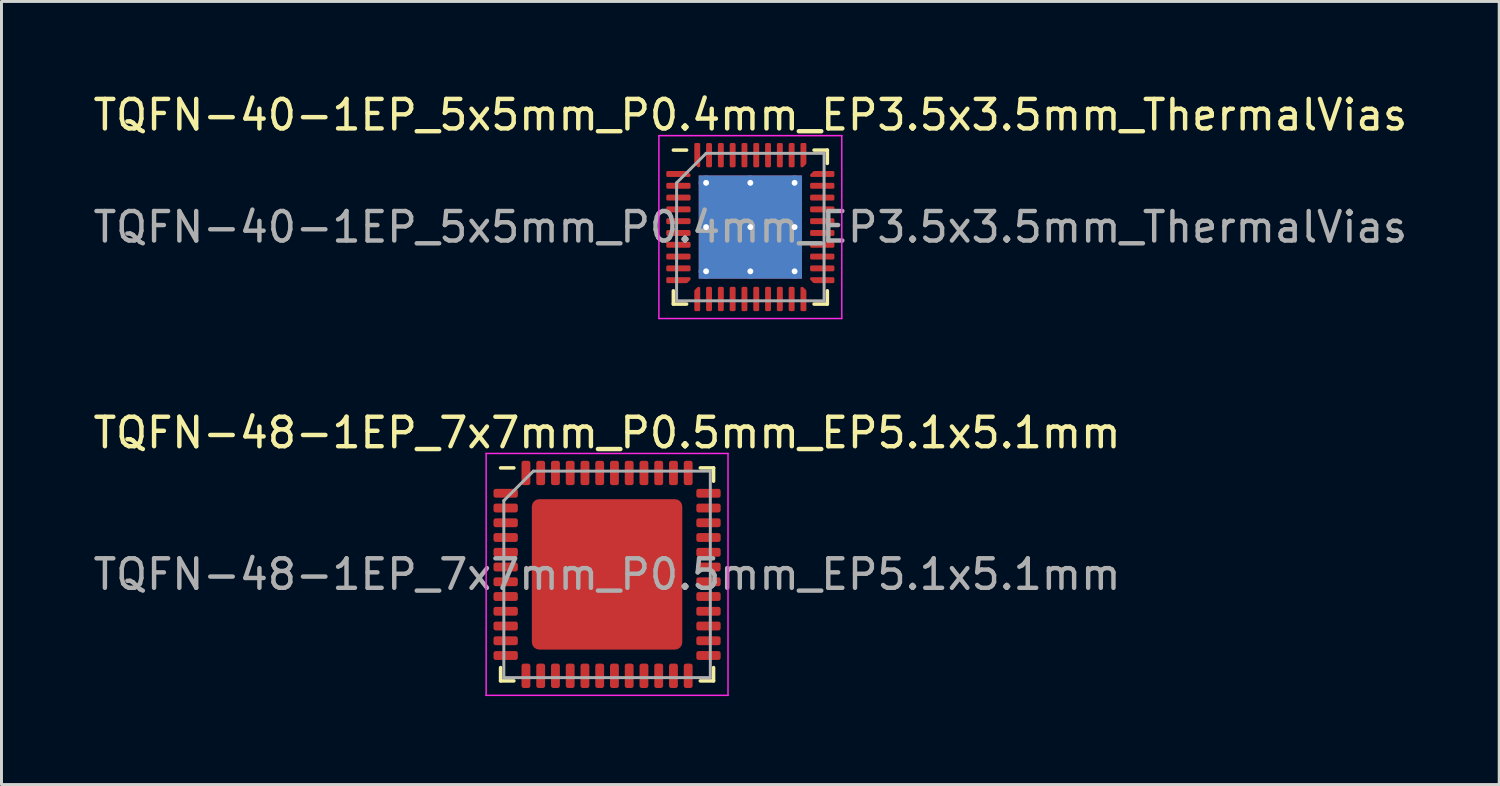
<source format=kicad_pcb>
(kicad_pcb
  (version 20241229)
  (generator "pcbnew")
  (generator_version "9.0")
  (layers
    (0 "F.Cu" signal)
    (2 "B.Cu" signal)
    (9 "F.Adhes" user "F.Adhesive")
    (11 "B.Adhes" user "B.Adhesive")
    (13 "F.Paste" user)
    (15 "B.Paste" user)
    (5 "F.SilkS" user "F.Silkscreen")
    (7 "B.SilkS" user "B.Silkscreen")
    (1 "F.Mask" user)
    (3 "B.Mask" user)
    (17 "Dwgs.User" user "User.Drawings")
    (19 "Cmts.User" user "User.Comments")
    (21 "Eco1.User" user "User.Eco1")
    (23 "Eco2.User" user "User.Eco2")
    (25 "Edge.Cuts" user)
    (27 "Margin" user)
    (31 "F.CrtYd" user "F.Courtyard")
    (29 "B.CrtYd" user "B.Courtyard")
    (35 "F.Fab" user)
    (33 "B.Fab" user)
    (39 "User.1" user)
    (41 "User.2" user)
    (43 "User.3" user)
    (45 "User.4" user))
  (footprint "TQFN-48-1EP_7x7mm_P0.5mm_EP5.1x5.1mm"
    (layer "F.Cu")
    (at 17.53 16.422)
    (property "Reference" "TQFN-48-1EP_7x7mm_P0.5mm_EP5.1x5.1mm" (at 0 -4.8 0) (layer "F.SilkS") (effects (font (size 1 1) (thickness 0.15))))
    (attr smd)
    (fp_line (start -3.61 3.61) (end -3.61 3.16) (stroke (width 0.12) (type solid)) (layer "F.SilkS"))
    (fp_line (start -3.16 -3.61) (end -3.61 -3.61) (stroke (width 0.12) (type solid)) (layer "F.SilkS"))
    (fp_line (start -3.16 3.61) (end -3.61 3.61) (stroke (width 0.12) (type solid)) (layer "F.SilkS"))
    (fp_line (start 3.16 -3.61) (end 3.61 -3.61) (stroke (width 0.12) (type solid)) (layer "F.SilkS"))
    (fp_line (start 3.16 3.61) (end 3.61 3.61) (stroke (width 0.12) (type solid)) (layer "F.SilkS"))
    (fp_line (start 3.61 -3.61) (end 3.61 -3.16) (stroke (width 0.12) (type solid)) (layer "F.SilkS"))
    (fp_line (start 3.61 3.61) (end 3.61 3.16) (stroke (width 0.12) (type solid)) (layer "F.SilkS"))
    (fp_line (start -4.1 -4.1) (end -4.1 4.1) (stroke (width 0.05) (type solid)) (layer "F.CrtYd"))
    (fp_line (start -4.1 4.1) (end 4.1 4.1) (stroke (width 0.05) (type solid)) (layer "F.CrtYd"))
    (fp_line (start 4.1 -4.1) (end -4.1 -4.1) (stroke (width 0.05) (type solid)) (layer "F.CrtYd"))
    (fp_line (start 4.1 4.1) (end 4.1 -4.1) (stroke (width 0.05) (type solid)) (layer "F.CrtYd"))
    (fp_line (start -3.5 -2.5) (end -2.5 -3.5) (stroke (width 0.1) (type solid)) (layer "F.Fab"))
    (fp_line (start -3.5 3.5) (end -3.5 -2.5) (stroke (width 0.1) (type solid)) (layer "F.Fab"))
    (fp_line (start -2.5 -3.5) (end 3.5 -3.5) (stroke (width 0.1) (type solid)) (layer "F.Fab"))
    (fp_line (start 3.5 -3.5) (end 3.5 3.5) (stroke (width 0.1) (type solid)) (layer "F.Fab"))
    (fp_line (start 3.5 3.5) (end -3.5 3.5) (stroke (width 0.1) (type solid)) (layer "F.Fab"))
    (fp_text user "${REFERENCE}" (at 0 0 0) (layer "F.Fab") (effects (font (size 1 1) (thickness 0.15))))
    (pad "" smd roundrect (at -1.7 -1.7) (size 1.37 1.37) (layers "F.Paste") (roundrect_rratio 0.182))
    (pad "" smd roundrect (at -1.7 0) (size 1.37 1.37) (layers "F.Paste") (roundrect_rratio 0.182))
    (pad "" smd roundrect (at -1.7 1.7) (size 1.37 1.37) (layers "F.Paste") (roundrect_rratio 0.182))
    (pad "" smd roundrect (at 0 -1.7) (size 1.37 1.37) (layers "F.Paste") (roundrect_rratio 0.182))
    (pad "" smd roundrect (at 0 0) (size 1.37 1.37) (layers "F.Paste") (roundrect_rratio 0.182))
    (pad "" smd roundrect (at 0 1.7) (size 1.37 1.37) (layers "F.Paste") (roundrect_rratio 0.182))
    (pad "" smd roundrect (at 1.7 -1.7) (size 1.37 1.37) (layers "F.Paste") (roundrect_rratio 0.182))
    (pad "" smd roundrect (at 1.7 0) (size 1.37 1.37) (layers "F.Paste") (roundrect_rratio 0.182))
    (pad "" smd roundrect (at 1.7 1.7) (size 1.37 1.37) (layers "F.Paste") (roundrect_rratio 0.182))
    (pad "1" smd roundrect (at -3.438 -2.75) (size 0.825 0.3) (layers "F.Cu" "F.Mask" "F.Paste") (roundrect_rratio 0.25))
    (pad "2" smd roundrect (at -3.438 -2.25) (size 0.825 0.3) (layers "F.Cu" "F.Mask" "F.Paste") (roundrect_rratio 0.25))
    (pad "3" smd roundrect (at -3.438 -1.75) (size 0.825 0.3) (layers "F.Cu" "F.Mask" "F.Paste") (roundrect_rratio 0.25))
    (pad "4" smd roundrect (at -3.438 -1.25) (size 0.825 0.3) (layers "F.Cu" "F.Mask" "F.Paste") (roundrect_rratio 0.25))
    (pad "5" smd roundrect (at -3.438 -0.75) (size 0.825 0.3) (layers "F.Cu" "F.Mask" "F.Paste") (roundrect_rratio 0.25))
    (pad "6" smd roundrect (at -3.438 -0.25) (size 0.825 0.3) (layers "F.Cu" "F.Mask" "F.Paste") (roundrect_rratio 0.25))
    (pad "7" smd roundrect (at -3.438 0.25) (size 0.825 0.3) (layers "F.Cu" "F.Mask" "F.Paste") (roundrect_rratio 0.25))
    (pad "8" smd roundrect (at -3.438 0.75) (size 0.825 0.3) (layers "F.Cu" "F.Mask" "F.Paste") (roundrect_rratio 0.25))
    (pad "9" smd roundrect (at -3.438 1.25) (size 0.825 0.3) (layers "F.Cu" "F.Mask" "F.Paste") (roundrect_rratio 0.25))
    (pad "10" smd roundrect (at -3.438 1.75) (size 0.825 0.3) (layers "F.Cu" "F.Mask" "F.Paste") (roundrect_rratio 0.25))
    (pad "11" smd roundrect (at -3.438 2.25) (size 0.825 0.3) (layers "F.Cu" "F.Mask" "F.Paste") (roundrect_rratio 0.25))
    (pad "12" smd roundrect (at -3.438 2.75) (size 0.825 0.3) (layers "F.Cu" "F.Mask" "F.Paste") (roundrect_rratio 0.25))
    (pad "13" smd roundrect (at -2.75 3.438) (size 0.3 0.825) (layers "F.Cu" "F.Mask" "F.Paste") (roundrect_rratio 0.25))
    (pad "14" smd roundrect (at -2.25 3.438) (size 0.3 0.825) (layers "F.Cu" "F.Mask" "F.Paste") (roundrect_rratio 0.25))
    (pad "15" smd roundrect (at -1.75 3.438) (size 0.3 0.825) (layers "F.Cu" "F.Mask" "F.Paste") (roundrect_rratio 0.25))
    (pad "16" smd roundrect (at -1.25 3.438) (size 0.3 0.825) (layers "F.Cu" "F.Mask" "F.Paste") (roundrect_rratio 0.25))
    (pad "17" smd roundrect (at -0.75 3.438) (size 0.3 0.825) (layers "F.Cu" "F.Mask" "F.Paste") (roundrect_rratio 0.25))
    (pad "18" smd roundrect (at -0.25 3.438) (size 0.3 0.825) (layers "F.Cu" "F.Mask" "F.Paste") (roundrect_rratio 0.25))
    (pad "19" smd roundrect (at 0.25 3.438) (size 0.3 0.825) (layers "F.Cu" "F.Mask" "F.Paste") (roundrect_rratio 0.25))
    (pad "20" smd roundrect (at 0.75 3.438) (size 0.3 0.825) (layers "F.Cu" "F.Mask" "F.Paste") (roundrect_rratio 0.25))
    (pad "21" smd roundrect (at 1.25 3.438) (size 0.3 0.825) (layers "F.Cu" "F.Mask" "F.Paste") (roundrect_rratio 0.25))
    (pad "22" smd roundrect (at 1.75 3.438) (size 0.3 0.825) (layers "F.Cu" "F.Mask" "F.Paste") (roundrect_rratio 0.25))
    (pad "23" smd roundrect (at 2.25 3.438) (size 0.3 0.825) (layers "F.Cu" "F.Mask" "F.Paste") (roundrect_rratio 0.25))
    (pad "24" smd roundrect (at 2.75 3.438) (size 0.3 0.825) (layers "F.Cu" "F.Mask" "F.Paste") (roundrect_rratio 0.25))
    (pad "25" smd roundrect (at 3.438 2.75) (size 0.825 0.3) (layers "F.Cu" "F.Mask" "F.Paste") (roundrect_rratio 0.25))
    (pad "26" smd roundrect (at 3.438 2.25) (size 0.825 0.3) (layers "F.Cu" "F.Mask" "F.Paste") (roundrect_rratio 0.25))
    (pad "27" smd roundrect (at 3.438 1.75) (size 0.825 0.3) (layers "F.Cu" "F.Mask" "F.Paste") (roundrect_rratio 0.25))
    (pad "28" smd roundrect (at 3.438 1.25) (size 0.825 0.3) (layers "F.Cu" "F.Mask" "F.Paste") (roundrect_rratio 0.25))
    (pad "29" smd roundrect (at 3.438 0.75) (size 0.825 0.3) (layers "F.Cu" "F.Mask" "F.Paste") (roundrect_rratio 0.25))
    (pad "30" smd roundrect (at 3.438 0.25) (size 0.825 0.3) (layers "F.Cu" "F.Mask" "F.Paste") (roundrect_rratio 0.25))
    (pad "31" smd roundrect (at 3.438 -0.25) (size 0.825 0.3) (layers "F.Cu" "F.Mask" "F.Paste") (roundrect_rratio 0.25))
    (pad "32" smd roundrect (at 3.438 -0.75) (size 0.825 0.3) (layers "F.Cu" "F.Mask" "F.Paste") (roundrect_rratio 0.25))
    (pad "33" smd roundrect (at 3.438 -1.25) (size 0.825 0.3) (layers "F.Cu" "F.Mask" "F.Paste") (roundrect_rratio 0.25))
    (pad "34" smd roundrect (at 3.438 -1.75) (size 0.825 0.3) (layers "F.Cu" "F.Mask" "F.Paste") (roundrect_rratio 0.25))
    (pad "35" smd roundrect (at 3.438 -2.25) (size 0.825 0.3) (layers "F.Cu" "F.Mask" "F.Paste") (roundrect_rratio 0.25))
    (pad "36" smd roundrect (at 3.438 -2.75) (size 0.825 0.3) (layers "F.Cu" "F.Mask" "F.Paste") (roundrect_rratio 0.25))
    (pad "37" smd roundrect (at 2.75 -3.438) (size 0.3 0.825) (layers "F.Cu" "F.Mask" "F.Paste") (roundrect_rratio 0.25))
    (pad "38" smd roundrect (at 2.25 -3.438) (size 0.3 0.825) (layers "F.Cu" "F.Mask" "F.Paste") (roundrect_rratio 0.25))
    (pad "39" smd roundrect (at 1.75 -3.438) (size 0.3 0.825) (layers "F.Cu" "F.Mask" "F.Paste") (roundrect_rratio 0.25))
    (pad "40" smd roundrect (at 1.25 -3.438) (size 0.3 0.825) (layers "F.Cu" "F.Mask" "F.Paste") (roundrect_rratio 0.25))
    (pad "41" smd roundrect (at 0.75 -3.438) (size 0.3 0.825) (layers "F.Cu" "F.Mask" "F.Paste") (roundrect_rratio 0.25))
    (pad "42" smd roundrect (at 0.25 -3.438) (size 0.3 0.825) (layers "F.Cu" "F.Mask" "F.Paste") (roundrect_rratio 0.25))
    (pad "43" smd roundrect (at -0.25 -3.438) (size 0.3 0.825) (layers "F.Cu" "F.Mask" "F.Paste") (roundrect_rratio 0.25))
    (pad "44" smd roundrect (at -0.75 -3.438) (size 0.3 0.825) (layers "F.Cu" "F.Mask" "F.Paste") (roundrect_rratio 0.25))
    (pad "45" smd roundrect (at -1.25 -3.438) (size 0.3 0.825) (layers "F.Cu" "F.Mask" "F.Paste") (roundrect_rratio 0.25))
    (pad "46" smd roundrect (at -1.75 -3.438) (size 0.3 0.825) (layers "F.Cu" "F.Mask" "F.Paste") (roundrect_rratio 0.25))
    (pad "47" smd roundrect (at -2.25 -3.438) (size 0.3 0.825) (layers "F.Cu" "F.Mask" "F.Paste") (roundrect_rratio 0.25))
    (pad "48" smd roundrect (at -2.75 -3.438) (size 0.3 0.825) (layers "F.Cu" "F.Mask" "F.Paste") (roundrect_rratio 0.25))
    (pad "49" smd roundrect (at 0 0) (size 5.1 5.1) (layers "F.Cu" "F.Mask") (roundrect_rratio 0.049)))
  (footprint "TQFN-40-1EP_5x5mm_P0.4mm_EP3.5x3.5mm_ThermalVias"
    (layer "F.Cu")
    (at 22.387 4.648)
    (property "Reference" "TQFN-40-1EP_5x5mm_P0.4mm_EP3.5x3.5mm_ThermalVias" (at 0 -3.8 0) (layer "F.SilkS") (effects (font (size 1 1) (thickness 0.15))))
    (attr smd)
    (fp_line (start -2.61 2.61) (end -2.61 2.16) (stroke (width 0.12) (type solid)) (layer "F.SilkS"))
    (fp_line (start -2.16 -2.61) (end -2.61 -2.61) (stroke (width 0.12) (type solid)) (layer "F.SilkS"))
    (fp_line (start -2.16 2.61) (end -2.61 2.61) (stroke (width 0.12) (type solid)) (layer "F.SilkS"))
    (fp_line (start 2.16 -2.61) (end 2.61 -2.61) (stroke (width 0.12) (type solid)) (layer "F.SilkS"))
    (fp_line (start 2.16 2.61) (end 2.61 2.61) (stroke (width 0.12) (type solid)) (layer "F.SilkS"))
    (fp_line (start 2.61 -2.61) (end 2.61 -2.16) (stroke (width 0.12) (type solid)) (layer "F.SilkS"))
    (fp_line (start 2.61 2.61) (end 2.61 2.16) (stroke (width 0.12) (type solid)) (layer "F.SilkS"))
    (fp_line (start -3.1 -3.1) (end -3.1 3.1) (stroke (width 0.05) (type solid)) (layer "F.CrtYd"))
    (fp_line (start -3.1 3.1) (end 3.1 3.1) (stroke (width 0.05) (type solid)) (layer "F.CrtYd"))
    (fp_line (start 3.1 -3.1) (end -3.1 -3.1) (stroke (width 0.05) (type solid)) (layer "F.CrtYd"))
    (fp_line (start 3.1 3.1) (end 3.1 -3.1) (stroke (width 0.05) (type solid)) (layer "F.CrtYd"))
    (fp_line (start -2.5 -1.5) (end -1.5 -2.5) (stroke (width 0.1) (type solid)) (layer "F.Fab"))
    (fp_line (start -2.5 2.5) (end -2.5 -1.5) (stroke (width 0.1) (type solid)) (layer "F.Fab"))
    (fp_line (start -1.5 -2.5) (end 2.5 -2.5) (stroke (width 0.1) (type solid)) (layer "F.Fab"))
    (fp_line (start 2.5 -2.5) (end 2.5 2.5) (stroke (width 0.1) (type solid)) (layer "F.Fab"))
    (fp_line (start 2.5 2.5) (end -2.5 2.5) (stroke (width 0.1) (type solid)) (layer "F.Fab"))
    (fp_text user "${REFERENCE}" (at 0 0 0) (layer "F.Fab") (effects (font (size 1 1) (thickness 0.15))))
    (pad "" smd roundrect (at -0.875 -0.875) (size 1.52 1.52) (layers "F.Paste") (roundrect_rratio 0.164))
    (pad "" smd roundrect (at -0.875 0.875) (size 1.52 1.52) (layers "F.Paste") (roundrect_rratio 0.164))
    (pad "" smd roundrect (at 0.875 -0.875) (size 1.52 1.52) (layers "F.Paste") (roundrect_rratio 0.164))
    (pad "" smd roundrect (at 0.875 0.875) (size 1.52 1.52) (layers "F.Paste") (roundrect_rratio 0.164))
    (pad "1" smd custom (at -2.438 -1.8) (size 0.115 0.115) (layers "F.Cu" "F.Mask" "F.Paste") (options (anchor circle)) (primitives (gr_poly (pts (xy -0.372 -0.06) (xy 0.276 -0.06) (xy 0.372 0.037) (xy 0.372 0.06) (xy -0.372 0.06)) (width 0.08) (fill yes))))
    (pad "2" smd roundrect (at -2.438 -1.4) (size 0.825 0.2) (layers "F.Cu" "F.Mask" "F.Paste") (roundrect_rratio 0.25))
    (pad "3" smd roundrect (at -2.438 -1) (size 0.825 0.2) (layers "F.Cu" "F.Mask" "F.Paste") (roundrect_rratio 0.25))
    (pad "4" smd roundrect (at -2.438 -0.6) (size 0.825 0.2) (layers "F.Cu" "F.Mask" "F.Paste") (roundrect_rratio 0.25))
    (pad "5" smd roundrect (at -2.438 -0.2) (size 0.825 0.2) (layers "F.Cu" "F.Mask" "F.Paste") (roundrect_rratio 0.25))
    (pad "6" smd roundrect (at -2.438 0.2) (size 0.825 0.2) (layers "F.Cu" "F.Mask" "F.Paste") (roundrect_rratio 0.25))
    (pad "7" smd roundrect (at -2.438 0.6) (size 0.825 0.2) (layers "F.Cu" "F.Mask" "F.Paste") (roundrect_rratio 0.25))
    (pad "8" smd roundrect (at -2.438 1) (size 0.825 0.2) (layers "F.Cu" "F.Mask" "F.Paste") (roundrect_rratio 0.25))
    (pad "9" smd roundrect (at -2.438 1.4) (size 0.825 0.2) (layers "F.Cu" "F.Mask" "F.Paste") (roundrect_rratio 0.25))
    (pad "10" smd custom (at -2.438 1.8) (size 0.115 0.115) (layers "F.Cu" "F.Mask" "F.Paste") (options (anchor circle)) (primitives (gr_poly (pts (xy -0.372 -0.06) (xy 0.372 -0.06) (xy 0.372 -0.037) (xy 0.276 0.06) (xy -0.372 0.06)) (width 0.08) (fill yes))))
    (pad "11" smd custom (at -1.8 2.438) (size 0.115 0.115) (layers "F.Cu" "F.Mask" "F.Paste") (options (anchor circle)) (primitives (gr_poly (pts (xy -0.06 -0.276) (xy 0.037 -0.372) (xy 0.06 -0.372) (xy 0.06 0.372) (xy -0.06 0.372)) (width 0.08) (fill yes))))
    (pad "12" smd roundrect (at -1.4 2.438) (size 0.2 0.825) (layers "F.Cu" "F.Mask" "F.Paste") (roundrect_rratio 0.25))
    (pad "13" smd roundrect (at -1 2.438) (size 0.2 0.825) (layers "F.Cu" "F.Mask" "F.Paste") (roundrect_rratio 0.25))
    (pad "14" smd roundrect (at -0.6 2.438) (size 0.2 0.825) (layers "F.Cu" "F.Mask" "F.Paste") (roundrect_rratio 0.25))
    (pad "15" smd roundrect (at -0.2 2.438) (size 0.2 0.825) (layers "F.Cu" "F.Mask" "F.Paste") (roundrect_rratio 0.25))
    (pad "16" smd roundrect (at 0.2 2.438) (size 0.2 0.825) (layers "F.Cu" "F.Mask" "F.Paste") (roundrect_rratio 0.25))
    (pad "17" smd roundrect (at 0.6 2.438) (size 0.2 0.825) (layers "F.Cu" "F.Mask" "F.Paste") (roundrect_rratio 0.25))
    (pad "18" smd roundrect (at 1 2.438) (size 0.2 0.825) (layers "F.Cu" "F.Mask" "F.Paste") (roundrect_rratio 0.25))
    (pad "19" smd roundrect (at 1.4 2.438) (size 0.2 0.825) (layers "F.Cu" "F.Mask" "F.Paste") (roundrect_rratio 0.25))
    (pad "20" smd custom (at 1.8 2.438) (size 0.115 0.115) (layers "F.Cu" "F.Mask" "F.Paste") (options (anchor circle)) (primitives (gr_poly (pts (xy -0.06 -0.372) (xy -0.037 -0.372) (xy 0.06 -0.276) (xy 0.06 0.372) (xy -0.06 0.372)) (width 0.08) (fill yes))))
    (pad "21" smd custom (at 2.438 1.8) (size 0.115 0.115) (layers "F.Cu" "F.Mask" "F.Paste") (options (anchor circle)) (primitives (gr_poly (pts (xy -0.372 -0.06) (xy 0.372 -0.06) (xy 0.372 0.06) (xy -0.276 0.06) (xy -0.372 -0.037)) (width 0.08) (fill yes))))
    (pad "22" smd roundrect (at 2.438 1.4) (size 0.825 0.2) (layers "F.Cu" "F.Mask" "F.Paste") (roundrect_rratio 0.25))
    (pad "23" smd roundrect (at 2.438 1) (size 0.825 0.2) (layers "F.Cu" "F.Mask" "F.Paste") (roundrect_rratio 0.25))
    (pad "24" smd roundrect (at 2.438 0.6) (size 0.825 0.2) (layers "F.Cu" "F.Mask" "F.Paste") (roundrect_rratio 0.25))
    (pad "25" smd roundrect (at 2.438 0.2) (size 0.825 0.2) (layers "F.Cu" "F.Mask" "F.Paste") (roundrect_rratio 0.25))
    (pad "26" smd roundrect (at 2.438 -0.2) (size 0.825 0.2) (layers "F.Cu" "F.Mask" "F.Paste") (roundrect_rratio 0.25))
    (pad "27" smd roundrect (at 2.438 -0.6) (size 0.825 0.2) (layers "F.Cu" "F.Mask" "F.Paste") (roundrect_rratio 0.25))
    (pad "28" smd roundrect (at 2.438 -1) (size 0.825 0.2) (layers "F.Cu" "F.Mask" "F.Paste") (roundrect_rratio 0.25))
    (pad "29" smd roundrect (at 2.438 -1.4) (size 0.825 0.2) (layers "F.Cu" "F.Mask" "F.Paste") (roundrect_rratio 0.25))
    (pad "30" smd custom (at 2.438 -1.8) (size 0.115 0.115) (layers "F.Cu" "F.Mask" "F.Paste") (options (anchor circle)) (primitives (gr_poly (pts (xy -0.372 0.037) (xy -0.276 -0.06) (xy 0.372 -0.06) (xy 0.372 0.06) (xy -0.372 0.06)) (width 0.08) (fill yes))))
    (pad "31" smd custom (at 1.8 -2.438) (size 0.115 0.115) (layers "F.Cu" "F.Mask" "F.Paste") (options (anchor circle)) (primitives (gr_poly (pts (xy -0.06 -0.372) (xy 0.06 -0.372) (xy 0.06 0.276) (xy -0.037 0.372) (xy -0.06 0.372)) (width 0.08) (fill yes))))
    (pad "32" smd roundrect (at 1.4 -2.438) (size 0.2 0.825) (layers "F.Cu" "F.Mask" "F.Paste") (roundrect_rratio 0.25))
    (pad "33" smd roundrect (at 1 -2.438) (size 0.2 0.825) (layers "F.Cu" "F.Mask" "F.Paste") (roundrect_rratio 0.25))
    (pad "34" smd roundrect (at 0.6 -2.438) (size 0.2 0.825) (layers "F.Cu" "F.Mask" "F.Paste") (roundrect_rratio 0.25))
    (pad "35" smd roundrect (at 0.2 -2.438) (size 0.2 0.825) (layers "F.Cu" "F.Mask" "F.Paste") (roundrect_rratio 0.25))
    (pad "36" smd roundrect (at -0.2 -2.438) (size 0.2 0.825) (layers "F.Cu" "F.Mask" "F.Paste") (roundrect_rratio 0.25))
    (pad "37" smd roundrect (at -0.6 -2.438) (size 0.2 0.825) (layers "F.Cu" "F.Mask" "F.Paste") (roundrect_rratio 0.25))
    (pad "38" smd roundrect (at -1 -2.438) (size 0.2 0.825) (layers "F.Cu" "F.Mask" "F.Paste") (roundrect_rratio 0.25))
    (pad "39" smd roundrect (at -1.4 -2.438) (size 0.2 0.825) (layers "F.Cu" "F.Mask" "F.Paste") (roundrect_rratio 0.25))
    (pad "40" smd custom (at -1.8 -2.438) (size 0.115 0.115) (layers "F.Cu" "F.Mask" "F.Paste") (options (anchor circle)) (primitives (gr_poly (pts (xy -0.06 -0.372) (xy 0.06 -0.372) (xy 0.06 0.372) (xy 0.037 0.372) (xy -0.06 0.276)) (width 0.08) (fill yes))))
    (pad "41" thru_hole circle (at -1.5 -1.5) (size 0.5 0.5) (drill 0.2) (layers "*.Cu"))
    (pad "41" thru_hole circle (at -1.5 0) (size 0.5 0.5) (drill 0.2) (layers "*.Cu"))
    (pad "41" thru_hole circle (at -1.5 1.5) (size 0.5 0.5) (drill 0.2) (layers "*.Cu"))
    (pad "41" thru_hole circle (at 0 -1.5) (size 0.5 0.5) (drill 0.2) (layers "*.Cu"))
    (pad "41" thru_hole circle (at 0 0) (size 0.5 0.5) (drill 0.2) (layers "*.Cu"))
    (pad "41" smd rect (at 0 0) (size 3.5 3.5) (layers "F.Cu" "F.Mask"))
    (pad "41" smd rect (at 0 0) (size 3.5 3.5) (layers "B.Cu"))
    (pad "41" thru_hole circle (at 0 1.5) (size 0.5 0.5) (drill 0.2) (layers "*.Cu"))
    (pad "41" thru_hole circle (at 1.5 -1.5) (size 0.5 0.5) (drill 0.2) (layers "*.Cu"))
    (pad "41" thru_hole circle (at 1.5 0) (size 0.5 0.5) (drill 0.2) (layers "*.Cu"))
    (pad "41" thru_hole circle (at 1.5 1.5) (size 0.5 0.5) (drill 0.2) (layers "*.Cu")))
  (gr_rect
    (start -3 -3)
    (end 47.774 23.547)
    (stroke (width 0.1) (type default))
    (fill no)
    (layer "Edge.Cuts")))
</source>
